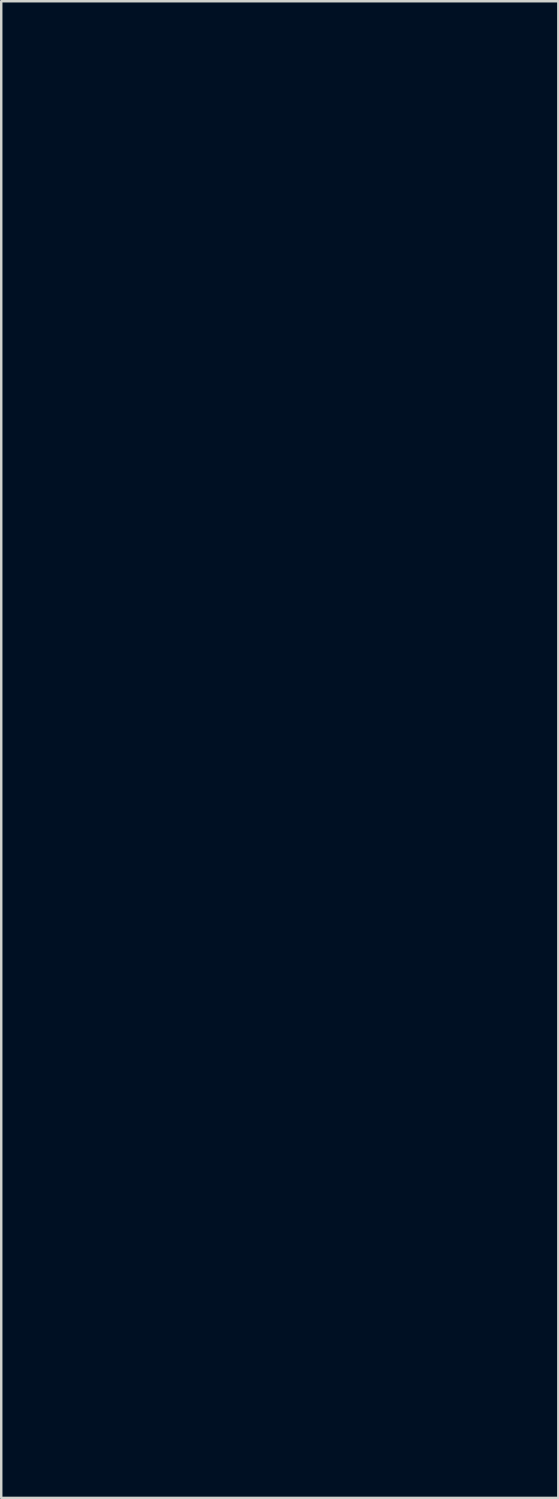
<source format=kicad_pcb>
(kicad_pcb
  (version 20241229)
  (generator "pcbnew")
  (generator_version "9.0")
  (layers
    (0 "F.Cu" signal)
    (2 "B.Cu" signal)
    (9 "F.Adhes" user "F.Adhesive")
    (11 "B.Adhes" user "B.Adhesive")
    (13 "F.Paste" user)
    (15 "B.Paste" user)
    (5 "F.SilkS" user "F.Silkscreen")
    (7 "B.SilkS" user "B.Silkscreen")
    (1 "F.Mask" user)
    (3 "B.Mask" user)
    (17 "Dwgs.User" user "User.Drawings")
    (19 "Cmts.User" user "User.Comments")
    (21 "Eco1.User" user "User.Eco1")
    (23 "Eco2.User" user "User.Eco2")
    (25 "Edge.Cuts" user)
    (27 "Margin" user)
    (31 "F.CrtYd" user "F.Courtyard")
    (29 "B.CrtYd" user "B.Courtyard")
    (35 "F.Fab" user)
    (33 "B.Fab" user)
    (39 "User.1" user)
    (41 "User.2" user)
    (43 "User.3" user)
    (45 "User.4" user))
  (footprint "key5codeMask"
    (layer "F.Cu")
    (at 8.353 27.5)
    (property "Reference" "key5codeMask" (at 0 0 0) (layer "F.Mask") (effects (font (size 1.524 1.524) (thickness 0.3))))
    (attr through_hole)
    (fp_poly (pts (xy 2 0.286) (xy 0.286 0.303) (xy -0.227 0.308) (xy -0.628 0.314) (xy -0.932 0.322) (xy -1.153 0.332) (xy -1.306 0.347) (xy -1.407 0.367) (xy -1.471 0.393) (xy -1.511 0.426) (xy -1.524 0.442) (xy -1.658 0.55) (xy -1.794 0.606) (xy -1.898 0.625) (xy -1.949 0.597) (xy -1.967 0.493) (xy -1.968 0.337) (xy -1.954 0.139) (xy -1.917 -0.01) (xy -1.892 -0.051) (xy -1.83 -0.074) (xy -1.691 -0.093) (xy -1.464 -0.107) (xy -1.142 -0.117) (xy -0.715 -0.124) (xy -0.174 -0.127) (xy 0.112 -0.127) (xy 2.04 -0.127) (xy 2 0.286)) (stroke (width 0.01) (type solid)) (fill yes) (layer "F.Mask"))
    (fp_poly (pts (xy 1.834 -7.305) (xy 1.891 -7.267) (xy 1.961 -7.206) (xy 2.003 -7.122) (xy 2.024 -6.985) (xy 2.031 -6.765) (xy 2.032 -6.632) (xy 2.032 -6.096) (xy 0.074 -6.096) (xy -0.412 -6.097) (xy -0.858 -6.101) (xy -1.246 -6.107) (xy -1.561 -6.115) (xy -1.787 -6.124) (xy -1.91 -6.134) (xy -1.926 -6.138) (xy -1.949 -6.22) (xy -1.963 -6.387) (xy -1.968 -6.604) (xy -1.965 -6.838) (xy -1.955 -7.055) (xy -1.938 -7.22) (xy -1.914 -7.3) (xy -1.908 -7.303) (xy -1.809 -7.278) (xy -1.689 -7.23) (xy -1.586 -7.16) (xy -1.533 -7.043) (xy -1.511 -6.865) (xy -1.492 -6.572) (xy -0.905 -6.554) (xy -0.318 -6.536) (xy -0.318 -6.856) (xy -0.309 -7.037) (xy -0.287 -7.153) (xy -0.27 -7.175) (xy -0.189 -7.145) (xy -0.05 -7.07) (xy -0.016 -7.049) (xy 0.132 -6.93) (xy 0.187 -6.791) (xy 0.191 -6.732) (xy 0.191 -6.54) (xy 1.587 -6.54) (xy 1.587 -6.953) (xy 1.597 -7.2) (xy 1.633 -7.332) (xy 1.708 -7.363) (xy 1.834 -7.305)) (stroke (width 0.01) (type solid)) (fill yes) (layer "F.Mask"))
    (fp_poly (pts (xy 1.995 5.871) (xy 2.028 5.976) (xy 2.032 6.085) (xy 2.032 6.329) (xy 0.827 6.478) (xy 0.454 6.526) (xy 0.13 6.568) (xy -0.127 6.604) (xy -0.298 6.63) (xy -0.363 6.643) (xy -0.363 6.644) (xy -0.298 6.656) (xy -0.128 6.682) (xy 0.126 6.717) (xy 0.442 6.76) (xy 0.7 6.793) (xy 1.142 6.849) (xy 1.474 6.893) (xy 1.712 6.929) (xy 1.871 6.963) (xy 1.967 7) (xy 2.016 7.046) (xy 2.033 7.105) (xy 2.033 7.183) (xy 2.032 7.24) (xy 2.014 7.42) (xy 1.96 7.485) (xy 1.953 7.485) (xy 1.872 7.474) (xy 1.682 7.445) (xy 1.399 7.402) (xy 1.038 7.347) (xy 0.617 7.282) (xy 0.15 7.21) (xy -0.032 7.182) (xy -1.937 6.886) (xy -1.958 6.706) (xy -1.953 6.554) (xy -1.918 6.465) (xy -1.846 6.443) (xy -1.667 6.406) (xy -1.4 6.356) (xy -1.064 6.297) (xy -0.679 6.231) (xy -0.263 6.162) (xy 0.166 6.093) (xy 0.587 6.026) (xy 0.983 5.965) (xy 1.333 5.914) (xy 1.621 5.874) (xy 1.825 5.849) (xy 1.919 5.842) (xy 1.995 5.871)) (stroke (width 0.01) (type solid)) (fill yes) (layer "F.Mask"))
    (fp_poly (pts (xy 1.73 26.134) (xy 1.865 26.185) (xy 1.953 26.256) (xy 2.003 26.374) (xy 2.026 26.563) (xy 2.032 26.85) (xy 2.032 26.9) (xy 2.032 27.495) (xy 1.647 27.495) (xy 1.479 27.489) (xy 1.314 27.464) (xy 1.127 27.413) (xy 0.891 27.328) (xy 0.581 27.201) (xy 0.361 27.107) (xy -0.021 26.946) (xy -0.318 26.832) (xy -0.556 26.757) (xy -0.763 26.712) (xy -0.968 26.688) (xy -0.986 26.687) (xy -1.236 26.675) (xy -1.392 26.687) (xy -1.485 26.726) (xy -1.518 26.758) (xy -1.564 26.879) (xy -1.495 26.978) (xy -1.322 27.044) (xy -1.175 27.064) (xy -0.899 27.083) (xy -0.986 27.289) (xy -1.048 27.412) (xy -1.126 27.473) (xy -1.262 27.494) (xy -1.394 27.495) (xy -1.634 27.476) (xy -1.792 27.411) (xy -1.841 27.369) (xy -1.92 27.256) (xy -1.959 27.093) (xy -1.968 26.865) (xy -1.961 26.644) (xy -1.931 26.506) (xy -1.863 26.41) (xy -1.801 26.357) (xy -1.698 26.292) (xy -1.571 26.252) (xy -1.388 26.232) (xy -1.115 26.226) (xy -1.064 26.226) (xy -0.849 26.227) (xy -0.675 26.237) (xy -0.516 26.262) (xy -0.345 26.31) (xy -0.135 26.388) (xy 0.141 26.503) (xy 0.454 26.638) (xy 0.78 26.778) (xy 1.069 26.897) (xy 1.3 26.987) (xy 1.451 27.041) (xy 1.495 27.051) (xy 1.544 27.024) (xy 1.573 26.927) (xy 1.586 26.739) (xy 1.587 26.57) (xy 1.589 26.328) (xy 1.6 26.188) (xy 1.627 26.127) (xy 1.679 26.12) (xy 1.73 26.134)) (stroke (width 0.01) (type solid)) (fill yes) (layer "F.Mask"))
    (fp_poly (pts (xy 1.725 -14.063) (xy 1.86 -13.985) (xy 1.967 -13.901) (xy 1.983 -13.881) (xy 2.004 -13.79) (xy 2.02 -13.604) (xy 2.03 -13.357) (xy 2.031 -13.224) (xy 2.032 -12.636) (xy 1.794 -12.637) (xy 1.616 -12.647) (xy 1.425 -12.681) (xy 1.198 -12.745) (xy 0.914 -12.846) (xy 0.553 -12.991) (xy 0.242 -13.123) (xy -0.084 -13.261) (xy -0.325 -13.356) (xy -0.509 -13.414) (xy -0.668 -13.445) (xy -0.832 -13.454) (xy -1.03 -13.45) (xy -1.059 -13.449) (xy -1.309 -13.436) (xy -1.458 -13.417) (xy -1.531 -13.384) (xy -1.555 -13.329) (xy -1.556 -13.303) (xy -1.538 -13.227) (xy -1.463 -13.184) (xy -1.302 -13.162) (xy -1.222 -13.157) (xy -1.036 -13.141) (xy -0.915 -13.12) (xy -0.889 -13.106) (xy -0.927 -12.992) (xy -1.016 -12.845) (xy -1.118 -12.72) (xy -1.178 -12.676) (xy -1.379 -12.643) (xy -1.6 -12.666) (xy -1.651 -12.682) (xy -1.819 -12.772) (xy -1.918 -12.91) (xy -1.962 -13.124) (xy -1.968 -13.308) (xy -1.963 -13.535) (xy -1.936 -13.676) (xy -1.876 -13.772) (xy -1.794 -13.844) (xy -1.699 -13.908) (xy -1.594 -13.947) (xy -1.446 -13.964) (xy -1.225 -13.965) (xy -1.016 -13.958) (xy -0.769 -13.946) (xy -0.572 -13.927) (xy -0.393 -13.89) (xy -0.199 -13.827) (xy 0.041 -13.73) (xy 0.361 -13.589) (xy 0.407 -13.568) (xy 0.719 -13.431) (xy 1.004 -13.312) (xy 1.234 -13.222) (xy 1.384 -13.17) (xy 1.407 -13.165) (xy 1.587 -13.129) (xy 1.587 -13.613) (xy 1.592 -13.843) (xy 1.603 -14.013) (xy 1.62 -14.094) (xy 1.623 -14.097) (xy 1.725 -14.063)) (stroke (width 0.01) (type solid)) (fill yes) (layer "F.Mask"))
    (fp_poly (pts (xy 0.588 -27.495) (xy 1.03 -27.492) (xy 1.372 -27.482) (xy 1.625 -27.46) (xy 1.804 -27.423) (xy 1.921 -27.366) (xy 1.989 -27.286) (xy 2.022 -27.178) (xy 2.032 -27.039) (xy 2.032 -26.865) (xy 2.025 -26.644) (xy 1.994 -26.506) (xy 1.926 -26.41) (xy 1.865 -26.357) (xy 1.808 -26.317) (xy 1.743 -26.286) (xy 1.652 -26.263) (xy 1.52 -26.247) (xy 1.331 -26.236) (xy 1.069 -26.23) (xy 0.718 -26.227) (xy 0.264 -26.226) (xy 0.032 -26.226) (xy -0.473 -26.226) (xy -0.866 -26.228) (xy -1.164 -26.233) (xy -1.383 -26.242) (xy -1.537 -26.256) (xy -1.644 -26.276) (xy -1.719 -26.303) (xy -1.777 -26.339) (xy -1.801 -26.357) (xy -1.897 -26.449) (xy -1.948 -26.557) (xy -1.966 -26.725) (xy -1.968 -26.859) (xy -1.578 -26.859) (xy -1.525 -26.782) (xy -1.494 -26.758) (xy -1.386 -26.726) (xy -1.178 -26.7) (xy -0.891 -26.68) (xy -0.547 -26.667) (xy -0.168 -26.661) (xy 0.222 -26.661) (xy 0.602 -26.668) (xy 0.95 -26.681) (xy 1.243 -26.7) (xy 1.46 -26.725) (xy 1.577 -26.757) (xy 1.587 -26.765) (xy 1.635 -26.867) (xy 1.587 -26.956) (xy 1.496 -26.991) (xy 1.299 -27.019) (xy 1.02 -27.04) (xy 0.681 -27.055) (xy 0.305 -27.062) (xy -0.088 -27.063) (xy -0.474 -27.056) (xy -0.831 -27.043) (xy -1.137 -27.024) (xy -1.369 -26.997) (xy -1.506 -26.964) (xy -1.53 -26.949) (xy -1.578 -26.859) (xy -1.968 -26.859) (xy -1.968 -26.865) (xy -1.968 -27.04) (xy -1.958 -27.18) (xy -1.925 -27.287) (xy -1.856 -27.367) (xy -1.739 -27.424) (xy -1.559 -27.46) (xy -1.305 -27.482) (xy -0.962 -27.492) (xy -0.519 -27.495) (xy 0.032 -27.495) (xy 0.588 -27.495)) (stroke (width 0.01) (type solid)) (fill yes) (layer "F.Mask"))
    (fp_poly (pts (xy 0.044 12.668) (xy 1.789 12.668) (xy 1.911 12.818) (xy 1.992 12.971) (xy 2.028 13.191) (xy 2.032 13.337) (xy 2.025 13.557) (xy 1.993 13.694) (xy 1.922 13.79) (xy 1.865 13.838) (xy 1.808 13.878) (xy 1.743 13.909) (xy 1.652 13.932) (xy 1.52 13.949) (xy 1.331 13.959) (xy 1.069 13.966) (xy 0.718 13.969) (xy 0.264 13.97) (xy 0.032 13.97) (xy -0.473 13.97) (xy -0.866 13.967) (xy -1.164 13.963) (xy -1.383 13.954) (xy -1.537 13.94) (xy -1.644 13.92) (xy -1.719 13.893) (xy -1.777 13.857) (xy -1.801 13.838) (xy -1.895 13.75) (xy -1.945 13.647) (xy -1.965 13.488) (xy -1.968 13.308) (xy -1.968 13.307) (xy -1.577 13.307) (xy -1.566 13.364) (xy -1.541 13.395) (xy -1.486 13.419) (xy -1.384 13.436) (xy -1.222 13.446) (xy -0.985 13.452) (xy -0.657 13.453) (xy -0.225 13.45) (xy 0.046 13.447) (xy 0.533 13.442) (xy 0.907 13.436) (xy 1.184 13.428) (xy 1.378 13.418) (xy 1.504 13.403) (xy 1.576 13.382) (xy 1.609 13.354) (xy 1.619 13.318) (xy 1.619 13.303) (xy 1.615 13.264) (xy 1.591 13.233) (xy 1.534 13.21) (xy 1.428 13.193) (xy 1.258 13.181) (xy 1.011 13.173) (xy 0.67 13.167) (xy 0.221 13.161) (xy 0.068 13.159) (xy -0.413 13.156) (xy -0.827 13.159) (xy -1.159 13.166) (xy -1.396 13.178) (xy -1.525 13.195) (xy -1.544 13.203) (xy -1.577 13.307) (xy -1.968 13.307) (xy -1.968 13.131) (xy -1.958 12.99) (xy -1.926 12.881) (xy -1.858 12.799) (xy -1.742 12.742) (xy -1.564 12.704) (xy -1.311 12.682) (xy -0.971 12.672) (xy -0.531 12.668) (xy 0.023 12.668) (xy 0.044 12.668)) (stroke (width 0.01) (type solid)) (fill yes) (layer "F.Mask"))
    (fp_poly (pts (xy 0.543 19.436) (xy 0.942 19.438) (xy 1.245 19.442) (xy 1.467 19.45) (xy 1.624 19.463) (xy 1.73 19.482) (xy 1.802 19.508) (xy 1.854 19.542) (xy 1.887 19.571) (xy 1.974 19.678) (xy 2.018 19.816) (xy 2.032 20.03) (xy 2.032 20.077) (xy 2.031 20.25) (xy 2.021 20.387) (xy 1.988 20.493) (xy 1.919 20.572) (xy 1.802 20.627) (xy 1.622 20.663) (xy 1.368 20.684) (xy 1.025 20.695) (xy 0.581 20.698) (xy 0.032 20.698) (xy -0.487 20.697) (xy -0.893 20.695) (xy -1.203 20.691) (xy -1.43 20.683) (xy -1.59 20.67) (xy -1.699 20.652) (xy -1.77 20.627) (xy -1.819 20.595) (xy -1.843 20.572) (xy -1.937 20.403) (xy -1.977 20.167) (xy -1.973 20.07) (xy -1.571 20.07) (xy -1.522 20.163) (xy -1.457 20.21) (xy -1.339 20.237) (xy -1.146 20.247) (xy -0.851 20.243) (xy -0.832 20.243) (xy -0.551 20.233) (xy -0.373 20.22) (xy -0.275 20.197) (xy -0.232 20.156) (xy -0.223 20.093) (xy 0.248 20.093) (xy 0.284 20.176) (xy 0.401 20.226) (xy 0.613 20.25) (xy 0.911 20.256) (xy 1.218 20.251) (xy 1.42 20.232) (xy 1.54 20.198) (xy 1.587 20.161) (xy 1.635 20.06) (xy 1.587 19.971) (xy 1.513 19.923) (xy 1.372 19.893) (xy 1.141 19.878) (xy 0.911 19.875) (xy 0.617 19.88) (xy 0.428 19.895) (xy 0.322 19.924) (xy 0.277 19.97) (xy 0.277 19.971) (xy 0.248 20.093) (xy -0.223 20.093) (xy -0.222 20.092) (xy -0.222 20.066) (xy -0.227 19.993) (xy -0.257 19.945) (xy -0.335 19.918) (xy -0.486 19.902) (xy -0.732 19.892) (xy -0.832 19.889) (xy -1.132 19.885) (xy -1.331 19.894) (xy -1.452 19.92) (xy -1.52 19.965) (xy -1.522 19.969) (xy -1.571 20.07) (xy -1.973 20.07) (xy -1.966 19.913) (xy -1.904 19.69) (xy -1.824 19.571) (xy -1.776 19.531) (xy -1.72 19.499) (xy -1.64 19.476) (xy -1.521 19.459) (xy -1.347 19.447) (xy -1.103 19.44) (xy -0.774 19.437) (xy -0.344 19.436) (xy 0.032 19.436) (xy 0.543 19.436)) (stroke (width 0.01) (type solid)) (fill yes) (layer "F.Mask"))
    (fp_poly (pts (xy 1.252 -20.762) (xy 1.486 -20.753) (xy 1.646 -20.734) (xy 1.756 -20.701) (xy 1.842 -20.65) (xy 1.865 -20.633) (xy 1.961 -20.541) (xy 2.011 -20.433) (xy 2.03 -20.265) (xy 2.032 -20.125) (xy 2.017 -19.873) (xy 1.962 -19.687) (xy 1.852 -19.559) (xy 1.671 -19.481) (xy 1.405 -19.446) (xy 1.036 -19.443) (xy 0.782 -19.453) (xy 0.5 -19.467) (xy 0.296 -19.477) (xy 0.139 -19.482) (xy -0.006 -19.483) (xy -0.171 -19.48) (xy -0.388 -19.473) (xy -0.69 -19.461) (xy -0.794 -19.458) (xy -1.203 -19.45) (xy -1.493 -19.461) (xy -1.662 -19.492) (xy -1.683 -19.502) (xy -1.841 -19.622) (xy -1.93 -19.782) (xy -1.966 -20.016) (xy -1.966 -20.041) (xy -1.567 -20.041) (xy -1.567 -20.041) (xy -1.533 -19.993) (xy -1.458 -19.963) (xy -1.321 -19.949) (xy -1.096 -19.948) (xy -0.875 -19.953) (xy -0.579 -19.963) (xy -0.386 -19.978) (xy -0.274 -20.003) (xy -0.22 -20.041) (xy -0.201 -20.09) (xy -0.203 -20.133) (xy 0.254 -20.133) (xy 0.264 -20.048) (xy 0.307 -19.992) (xy 0.407 -19.96) (xy 0.583 -19.944) (xy 0.859 -19.939) (xy 0.956 -19.939) (xy 1.248 -19.942) (xy 1.436 -19.954) (xy 1.546 -19.979) (xy 1.601 -20.02) (xy 1.616 -20.048) (xy 1.612 -20.175) (xy 1.487 -20.262) (xy 1.242 -20.309) (xy 0.988 -20.319) (xy 0.655 -20.31) (xy 0.432 -20.283) (xy 0.305 -20.232) (xy 0.256 -20.155) (xy 0.254 -20.133) (xy -0.203 -20.133) (xy -0.206 -20.192) (xy -0.278 -20.26) (xy -0.434 -20.3) (xy -0.691 -20.317) (xy -0.861 -20.319) (xy -1.215 -20.303) (xy -1.449 -20.252) (xy -1.565 -20.165) (xy -1.567 -20.041) (xy -1.966 -20.041) (xy -1.968 -20.137) (xy -1.961 -20.355) (xy -1.928 -20.491) (xy -1.854 -20.588) (xy -1.801 -20.633) (xy -1.716 -20.689) (xy -1.615 -20.727) (xy -1.471 -20.75) (xy -1.257 -20.761) (xy -0.949 -20.764) (xy -0.861 -20.765) (xy -0.511 -20.759) (xy -0.242 -20.742) (xy -0.071 -20.717) (xy -0.02 -20.695) (xy 0.057 -20.661) (xy 0.092 -20.695) (xy 0.176 -20.727) (xy 0.376 -20.75) (xy 0.681 -20.762) (xy 0.916 -20.765) (xy 1.252 -20.762)) (stroke (width 0.01) (type solid)) (fill yes) (layer "F.Mask")))
  (gr_rect
    (start -3 -3)
    (end 19.706 58.001)
    (stroke (width 0.1) (type default))
    (fill no)
    (layer "Edge.Cuts")))
</source>
